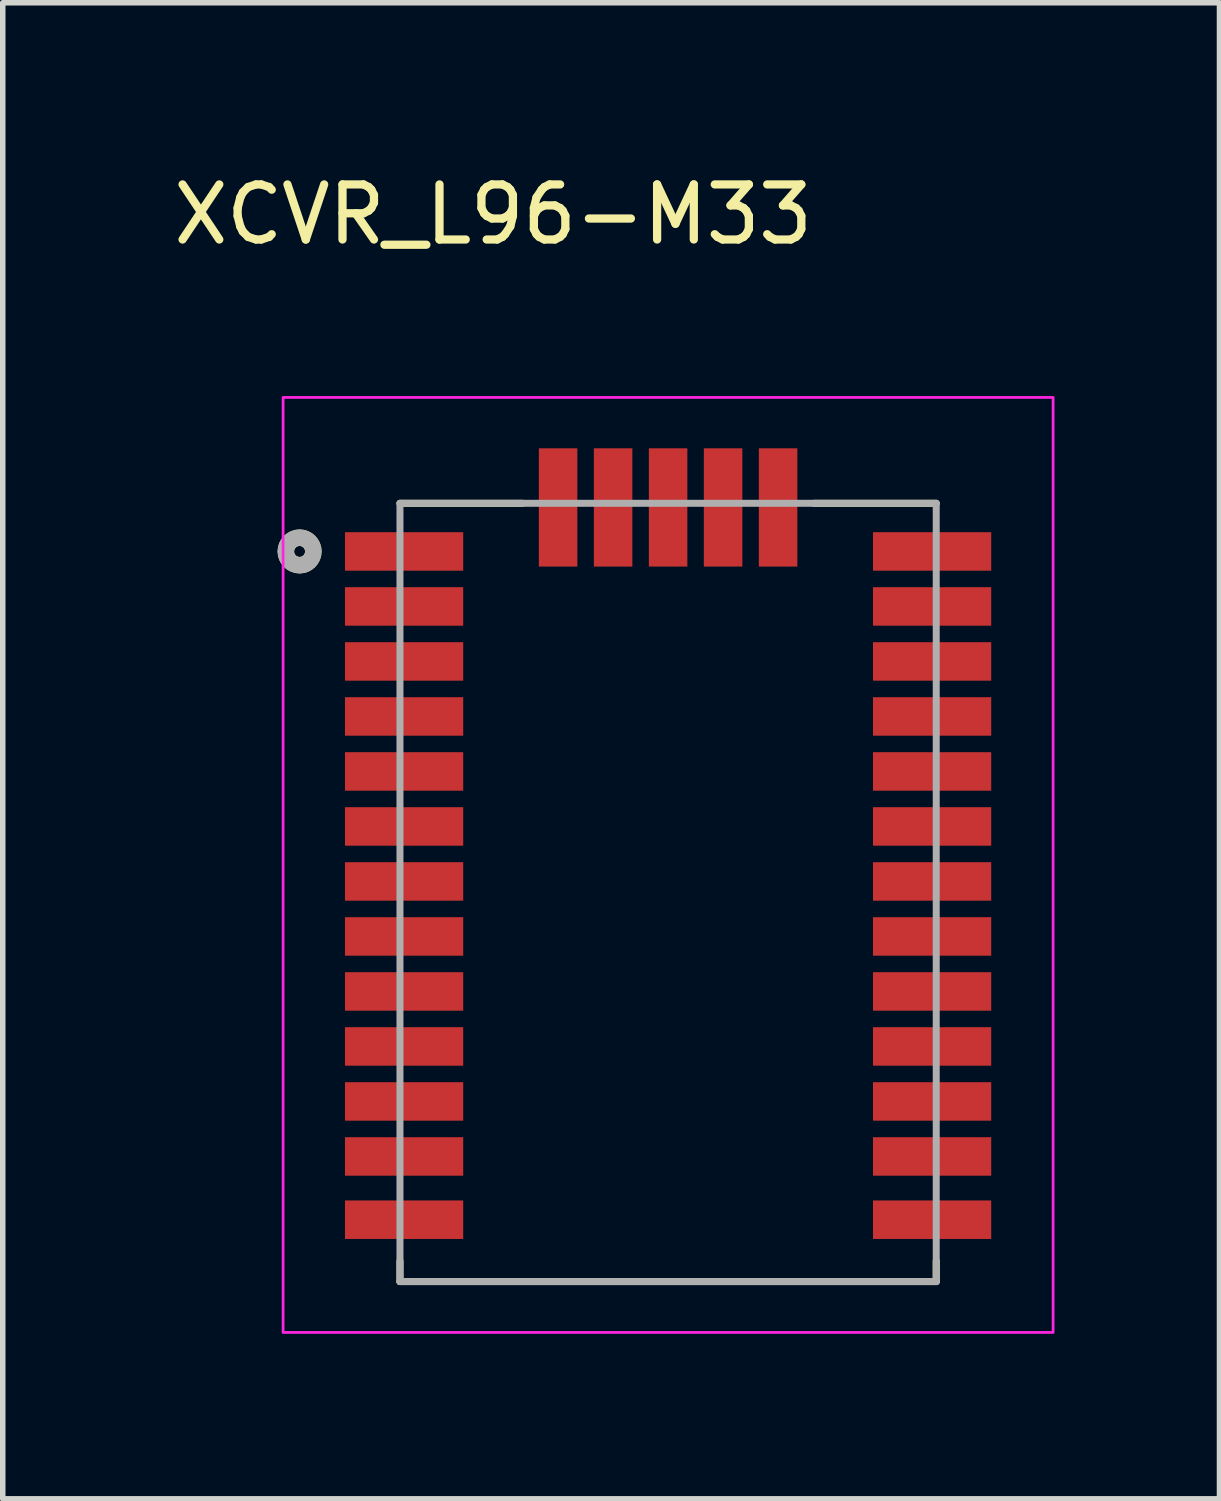
<source format=kicad_pcb>
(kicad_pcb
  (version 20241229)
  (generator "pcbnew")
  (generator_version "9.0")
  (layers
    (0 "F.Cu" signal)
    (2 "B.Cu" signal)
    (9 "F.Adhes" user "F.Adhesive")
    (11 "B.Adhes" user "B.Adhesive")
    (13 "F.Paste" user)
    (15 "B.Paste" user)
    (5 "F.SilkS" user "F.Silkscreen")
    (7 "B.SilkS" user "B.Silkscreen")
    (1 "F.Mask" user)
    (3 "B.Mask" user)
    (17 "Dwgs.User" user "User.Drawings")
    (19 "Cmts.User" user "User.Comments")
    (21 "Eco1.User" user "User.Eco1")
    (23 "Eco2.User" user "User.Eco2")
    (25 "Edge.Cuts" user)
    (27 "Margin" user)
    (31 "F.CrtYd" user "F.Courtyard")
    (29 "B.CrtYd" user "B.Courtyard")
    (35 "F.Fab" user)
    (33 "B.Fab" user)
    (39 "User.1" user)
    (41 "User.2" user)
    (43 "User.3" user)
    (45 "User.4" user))
  (footprint "XCVR_L96-M33"
    (layer "F.Cu")
    (at 9.097 13.176)
    (property "Reference" "XCVR_L96-M33" (at -3.179 -12.327 0) (layer "F.SilkS") (effects (font (size 1.001 1.001) (thickness 0.15))))
    (attr smd)
    (fp_line (start -4.875 -7.075) (end -2.65 -7.075) (stroke (width 0.127) (type solid)) (layer "F.SilkS"))
    (fp_line (start -4.875 6.7) (end -4.875 7.075) (stroke (width 0.127) (type solid)) (layer "F.SilkS"))
    (fp_line (start -4.875 7.075) (end 4.875 7.075) (stroke (width 0.127) (type solid)) (layer "F.SilkS"))
    (fp_line (start 2.65 -7.075) (end 4.875 -7.075) (stroke (width 0.127) (type solid)) (layer "F.SilkS"))
    (fp_line (start 4.875 7.075) (end 4.875 6.7) (stroke (width 0.127) (type solid)) (layer "F.SilkS"))
    (fp_circle (center -6.7 -6.2) (end -6.6 -6.2) (stroke (width 0.3) (type solid)) (fill no) (layer "F.SilkS"))
    (fp_poly (pts (xy -6.275 -6.55) (xy -3.825 -6.55) (xy -3.825 -5.85) (xy -6.275 -5.85)) (stroke (width 0.01) (type solid)) (fill yes) (layer "F.Paste"))
    (fp_poly (pts (xy -6.275 -5.55) (xy -3.825 -5.55) (xy -3.825 -4.85) (xy -6.275 -4.85)) (stroke (width 0.01) (type solid)) (fill yes) (layer "F.Paste"))
    (fp_poly (pts (xy -6.275 -4.55) (xy -3.825 -4.55) (xy -3.825 -3.85) (xy -6.275 -3.85)) (stroke (width 0.01) (type solid)) (fill yes) (layer "F.Paste"))
    (fp_poly (pts (xy -6.275 -3.55) (xy -3.825 -3.55) (xy -3.825 -2.85) (xy -6.275 -2.85)) (stroke (width 0.01) (type solid)) (fill yes) (layer "F.Paste"))
    (fp_poly (pts (xy -6.275 -2.55) (xy -3.825 -2.55) (xy -3.825 -1.85) (xy -6.275 -1.85)) (stroke (width 0.01) (type solid)) (fill yes) (layer "F.Paste"))
    (fp_poly (pts (xy -6.275 -1.55) (xy -3.825 -1.55) (xy -3.825 -0.85) (xy -6.275 -0.85)) (stroke (width 0.01) (type solid)) (fill yes) (layer "F.Paste"))
    (fp_poly (pts (xy -6.275 -0.55) (xy -3.825 -0.55) (xy -3.825 0.15) (xy -6.275 0.15)) (stroke (width 0.01) (type solid)) (fill yes) (layer "F.Paste"))
    (fp_poly (pts (xy -6.275 0.45) (xy -3.825 0.45) (xy -3.825 1.15) (xy -6.275 1.15)) (stroke (width 0.01) (type solid)) (fill yes) (layer "F.Paste"))
    (fp_poly (pts (xy -6.275 1.45) (xy -3.825 1.45) (xy -3.825 2.15) (xy -6.275 2.15)) (stroke (width 0.01) (type solid)) (fill yes) (layer "F.Paste"))
    (fp_poly (pts (xy -6.275 2.45) (xy -3.825 2.45) (xy -3.825 3.15) (xy -6.275 3.15)) (stroke (width 0.01) (type solid)) (fill yes) (layer "F.Paste"))
    (fp_poly (pts (xy -6.275 3.45) (xy -3.825 3.45) (xy -3.825 4.15) (xy -6.275 4.15)) (stroke (width 0.01) (type solid)) (fill yes) (layer "F.Paste"))
    (fp_poly (pts (xy -6.275 4.45) (xy -3.825 4.45) (xy -3.825 5.15) (xy -6.275 5.15)) (stroke (width 0.01) (type solid)) (fill yes) (layer "F.Paste"))
    (fp_poly (pts (xy -6.275 5.6) (xy -3.825 5.6) (xy -3.825 6.3) (xy -6.275 6.3)) (stroke (width 0.01) (type solid)) (fill yes) (layer "F.Paste"))
    (fp_poly (pts (xy -2.35 -8.475) (xy -1.65 -8.475) (xy -1.65 -6.025) (xy -2.35 -6.025)) (stroke (width 0.01) (type solid)) (fill yes) (layer "F.Paste"))
    (fp_poly (pts (xy -1.35 -8.475) (xy -0.65 -8.475) (xy -0.65 -6.025) (xy -1.35 -6.025)) (stroke (width 0.01) (type solid)) (fill yes) (layer "F.Paste"))
    (fp_poly (pts (xy -0.35 -8.475) (xy 0.35 -8.475) (xy 0.35 -6.025) (xy -0.35 -6.025)) (stroke (width 0.01) (type solid)) (fill yes) (layer "F.Paste"))
    (fp_poly (pts (xy 0.65 -8.475) (xy 1.35 -8.475) (xy 1.35 -6.025) (xy 0.65 -6.025)) (stroke (width 0.01) (type solid)) (fill yes) (layer "F.Paste"))
    (fp_poly (pts (xy 1.65 -8.475) (xy 2.35 -8.475) (xy 2.35 -6.025) (xy 1.65 -6.025)) (stroke (width 0.01) (type solid)) (fill yes) (layer "F.Paste"))
    (fp_poly (pts (xy 3.825 -6.55) (xy 6.275 -6.55) (xy 6.275 -5.85) (xy 3.825 -5.85)) (stroke (width 0.01) (type solid)) (fill yes) (layer "F.Paste"))
    (fp_poly (pts (xy 3.825 -5.55) (xy 6.275 -5.55) (xy 6.275 -4.85) (xy 3.825 -4.85)) (stroke (width 0.01) (type solid)) (fill yes) (layer "F.Paste"))
    (fp_poly (pts (xy 3.825 -4.55) (xy 6.275 -4.55) (xy 6.275 -3.85) (xy 3.825 -3.85)) (stroke (width 0.01) (type solid)) (fill yes) (layer "F.Paste"))
    (fp_poly (pts (xy 3.825 -3.55) (xy 6.275 -3.55) (xy 6.275 -2.85) (xy 3.825 -2.85)) (stroke (width 0.01) (type solid)) (fill yes) (layer "F.Paste"))
    (fp_poly (pts (xy 3.825 -2.55) (xy 6.275 -2.55) (xy 6.275 -1.85) (xy 3.825 -1.85)) (stroke (width 0.01) (type solid)) (fill yes) (layer "F.Paste"))
    (fp_poly (pts (xy 3.825 -1.55) (xy 6.275 -1.55) (xy 6.275 -0.85) (xy 3.825 -0.85)) (stroke (width 0.01) (type solid)) (fill yes) (layer "F.Paste"))
    (fp_poly (pts (xy 3.825 -0.55) (xy 6.275 -0.55) (xy 6.275 0.15) (xy 3.825 0.15)) (stroke (width 0.01) (type solid)) (fill yes) (layer "F.Paste"))
    (fp_poly (pts (xy 3.825 0.45) (xy 6.275 0.45) (xy 6.275 1.15) (xy 3.825 1.15)) (stroke (width 0.01) (type solid)) (fill yes) (layer "F.Paste"))
    (fp_poly (pts (xy 3.825 1.45) (xy 6.275 1.45) (xy 6.275 2.15) (xy 3.825 2.15)) (stroke (width 0.01) (type solid)) (fill yes) (layer "F.Paste"))
    (fp_poly (pts (xy 3.825 2.45) (xy 6.275 2.45) (xy 6.275 3.15) (xy 3.825 3.15)) (stroke (width 0.01) (type solid)) (fill yes) (layer "F.Paste"))
    (fp_poly (pts (xy 3.825 3.45) (xy 6.275 3.45) (xy 6.275 4.15) (xy 3.825 4.15)) (stroke (width 0.01) (type solid)) (fill yes) (layer "F.Paste"))
    (fp_poly (pts (xy 3.825 4.45) (xy 6.275 4.45) (xy 6.275 5.15) (xy 3.825 5.15)) (stroke (width 0.01) (type solid)) (fill yes) (layer "F.Paste"))
    (fp_poly (pts (xy 3.825 5.6) (xy 6.275 5.6) (xy 6.275 6.3) (xy 3.825 6.3)) (stroke (width 0.01) (type solid)) (fill yes) (layer "F.Paste"))
    (fp_rect (start -7 -9) (end 7 8) (stroke (width 0.05) (type default)) (fill no) (layer "F.CrtYd"))
    (fp_line (start -4.875 -7.075) (end 4.875 -7.075) (stroke (width 0.127) (type solid)) (layer "F.Fab"))
    (fp_line (start -4.875 7.075) (end -4.875 -7.075) (stroke (width 0.127) (type solid)) (layer "F.Fab"))
    (fp_line (start 4.875 -7.075) (end 4.875 7.075) (stroke (width 0.127) (type solid)) (layer "F.Fab"))
    (fp_line (start 4.875 7.075) (end -4.875 7.075) (stroke (width 0.127) (type solid)) (layer "F.Fab"))
    (fp_circle (center -6.7 -6.2) (end -6.6 -6.2) (stroke (width 0.3) (type solid)) (fill no) (layer "F.Fab"))
    (pad "1" smd rect (at -4.8 -6.2) (size 2.15 0.7) (layers "F.Cu" "F.Mask"))
    (pad "2" smd rect (at -4.8 -5.2) (size 2.15 0.7) (layers "F.Cu" "F.Mask"))
    (pad "3" smd rect (at -4.8 -4.2) (size 2.15 0.7) (layers "F.Cu" "F.Mask"))
    (pad "4" smd rect (at -4.8 -3.2) (size 2.15 0.7) (layers "F.Cu" "F.Mask"))
    (pad "5" smd rect (at -4.8 -2.2) (size 2.15 0.7) (layers "F.Cu" "F.Mask"))
    (pad "6" smd rect (at -4.8 -1.2) (size 2.15 0.7) (layers "F.Cu" "F.Mask"))
    (pad "7" smd rect (at -4.8 -0.2) (size 2.15 0.7) (layers "F.Cu" "F.Mask"))
    (pad "8" smd rect (at -4.8 0.8) (size 2.15 0.7) (layers "F.Cu" "F.Mask"))
    (pad "9" smd rect (at -4.8 1.8) (size 2.15 0.7) (layers "F.Cu" "F.Mask"))
    (pad "10" smd rect (at -4.8 2.8) (size 2.15 0.7) (layers "F.Cu" "F.Mask"))
    (pad "11" smd rect (at -4.8 3.8) (size 2.15 0.7) (layers "F.Cu" "F.Mask"))
    (pad "12" smd rect (at -4.8 4.8) (size 2.15 0.7) (layers "F.Cu" "F.Mask"))
    (pad "13" smd rect (at -4.8 5.95) (size 2.15 0.7) (layers "F.Cu" "F.Mask"))
    (pad "14" smd rect (at 4.8 5.95) (size 2.15 0.7) (layers "F.Cu" "F.Mask"))
    (pad "15" smd rect (at 4.8 4.8) (size 2.15 0.7) (layers "F.Cu" "F.Mask"))
    (pad "16" smd rect (at 4.8 3.8) (size 2.15 0.7) (layers "F.Cu" "F.Mask"))
    (pad "17" smd rect (at 4.8 2.8) (size 2.15 0.7) (layers "F.Cu" "F.Mask"))
    (pad "18" smd rect (at 4.8 1.8) (size 2.15 0.7) (layers "F.Cu" "F.Mask"))
    (pad "19" smd rect (at 4.8 0.8) (size 2.15 0.7) (layers "F.Cu" "F.Mask"))
    (pad "20" smd rect (at 4.8 -0.2) (size 2.15 0.7) (layers "F.Cu" "F.Mask"))
    (pad "21" smd rect (at 4.8 -1.2) (size 2.15 0.7) (layers "F.Cu" "F.Mask"))
    (pad "22" smd rect (at 4.8 -2.2) (size 2.15 0.7) (layers "F.Cu" "F.Mask"))
    (pad "23" smd rect (at 4.8 -3.2) (size 2.15 0.7) (layers "F.Cu" "F.Mask"))
    (pad "24" smd rect (at 4.8 -4.2) (size 2.15 0.7) (layers "F.Cu" "F.Mask"))
    (pad "25" smd rect (at 4.8 -5.2) (size 2.15 0.7) (layers "F.Cu" "F.Mask"))
    (pad "26" smd rect (at 4.8 -6.2) (size 2.15 0.7) (layers "F.Cu" "F.Mask"))
    (pad "27" smd rect (at 2 -7) (size 0.7 2.15) (layers "F.Cu" "F.Mask"))
    (pad "28" smd rect (at 1 -7) (size 0.7 2.15) (layers "F.Cu" "F.Mask"))
    (pad "29" smd rect (at 0 -7) (size 0.7 2.15) (layers "F.Cu" "F.Mask"))
    (pad "30" smd rect (at -1 -7) (size 0.7 2.15) (layers "F.Cu" "F.Mask"))
    (pad "31" smd rect (at -2 -7) (size 0.7 2.15) (layers "F.Cu" "F.Mask")))
  (gr_rect
    (start -3 -3)
    (end 19.122 24.201)
    (stroke (width 0.1) (type default))
    (fill no)
    (layer "Edge.Cuts")))
</source>
